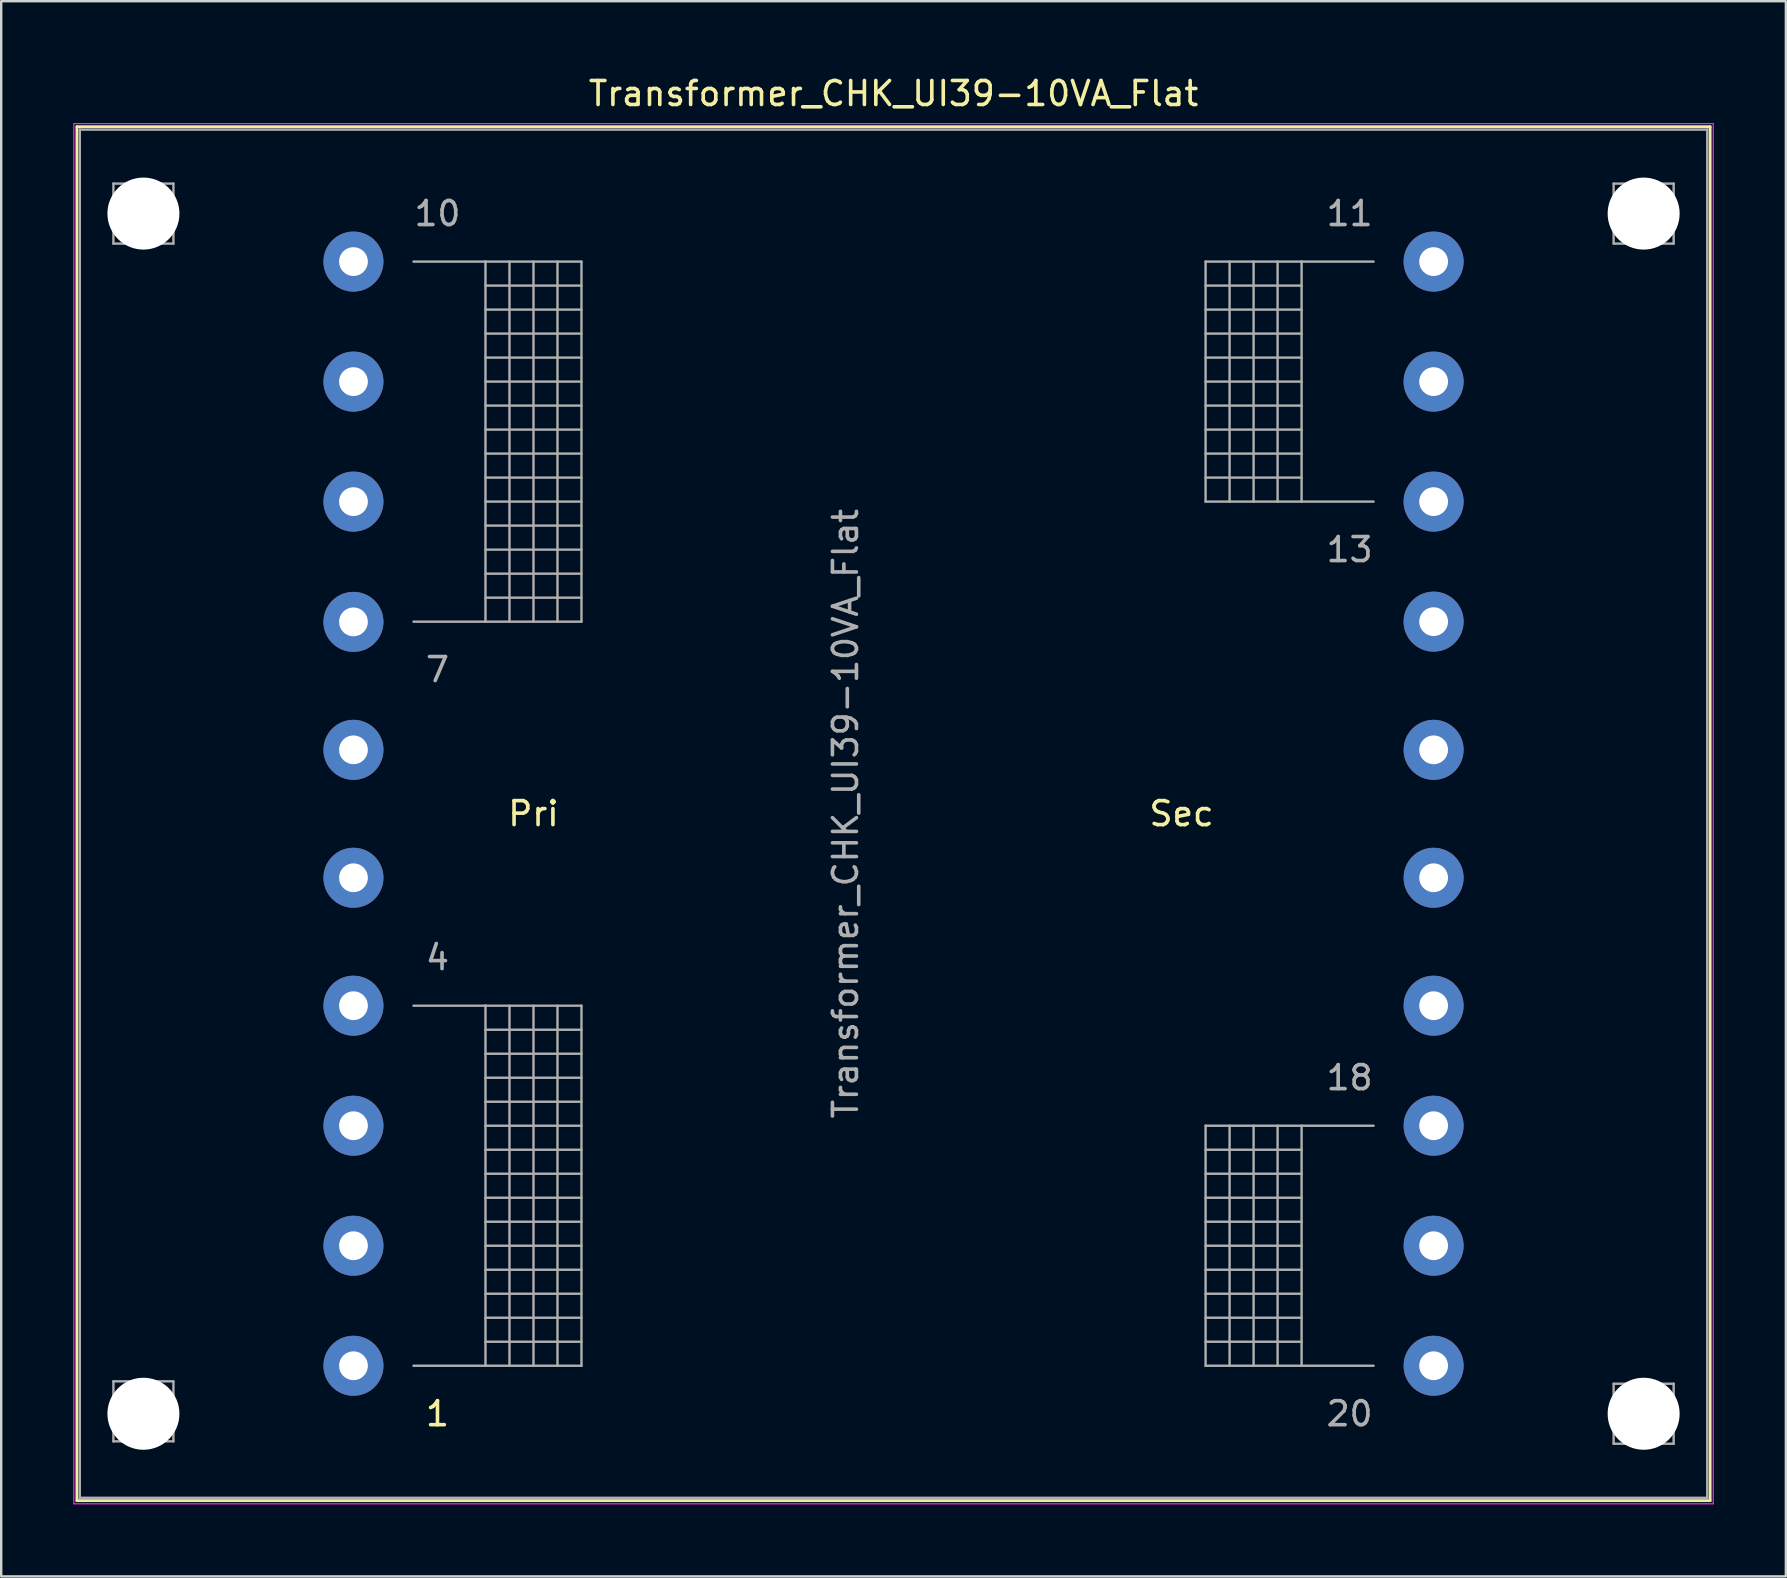
<source format=kicad_pcb>
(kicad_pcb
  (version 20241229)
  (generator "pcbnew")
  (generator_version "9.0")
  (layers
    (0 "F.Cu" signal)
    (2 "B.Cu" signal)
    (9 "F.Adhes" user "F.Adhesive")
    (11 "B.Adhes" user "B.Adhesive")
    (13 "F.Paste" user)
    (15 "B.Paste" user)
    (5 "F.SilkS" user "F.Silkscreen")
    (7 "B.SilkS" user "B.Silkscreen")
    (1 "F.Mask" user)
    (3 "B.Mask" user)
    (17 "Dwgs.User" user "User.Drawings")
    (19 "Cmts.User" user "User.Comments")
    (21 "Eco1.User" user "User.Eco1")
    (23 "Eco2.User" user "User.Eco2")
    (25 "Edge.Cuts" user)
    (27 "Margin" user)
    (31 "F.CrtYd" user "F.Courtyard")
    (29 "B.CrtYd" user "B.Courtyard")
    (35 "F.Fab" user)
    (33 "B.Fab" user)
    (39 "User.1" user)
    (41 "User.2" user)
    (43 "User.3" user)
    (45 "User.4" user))
  (footprint "Transformer_CHK_UI39-10VA_Flat"
    (layer "F.Cu")
    (at 11.675 53.848)
    (property "Reference" "Transformer_CHK_UI39-10VA_Flat" (at 22.5 -53 0) (layer "F.SilkS") (effects (font (size 1 1) (thickness 0.15))))
    (attr through_hole)
    (fp_line (start -11.52 -51.62) (end -11.52 5.62) (stroke (width 0.12) (type solid)) (layer "F.SilkS"))
    (fp_line (start -11.52 -51.62) (end 56.52 -51.62) (stroke (width 0.12) (type solid)) (layer "F.SilkS"))
    (fp_line (start 56.52 5.62) (end -11.52 5.62) (stroke (width 0.12) (type solid)) (layer "F.SilkS"))
    (fp_line (start 56.52 5.62) (end 56.52 -51.62) (stroke (width 0.12) (type solid)) (layer "F.SilkS"))
    (fp_line (start -11.65 -51.75) (end -11.65 5.75) (stroke (width 0.05) (type solid)) (layer "F.CrtYd"))
    (fp_line (start -11.65 -51.75) (end 56.65 -51.75) (stroke (width 0.05) (type solid)) (layer "F.CrtYd"))
    (fp_line (start 56.65 5.75) (end -11.65 5.75) (stroke (width 0.05) (type solid)) (layer "F.CrtYd"))
    (fp_line (start 56.65 5.75) (end 56.65 -51.75) (stroke (width 0.05) (type solid)) (layer "F.CrtYd"))
    (fp_line (start -11.4 -51.5) (end -11.4 5.5) (stroke (width 0.1) (type solid)) (layer "F.Fab"))
    (fp_line (start -11.4 5.5) (end 56.4 5.5) (stroke (width 0.1) (type solid)) (layer "F.Fab"))
    (fp_line (start -10 -49.25) (end -10 -46.75) (stroke (width 0.1) (type solid)) (layer "F.Fab"))
    (fp_line (start -10 -46.75) (end -7.5 -46.75) (stroke (width 0.1) (type solid)) (layer "F.Fab"))
    (fp_line (start -10 0.65) (end -10 3.15) (stroke (width 0.1) (type solid)) (layer "F.Fab"))
    (fp_line (start -10 3.15) (end -7.5 3.15) (stroke (width 0.1) (type solid)) (layer "F.Fab"))
    (fp_line (start -8.75 -49.25) (end -10 -49.25) (stroke (width 0.1) (type solid)) (layer "F.Fab"))
    (fp_line (start -8.75 0.65) (end -10 0.65) (stroke (width 0.1) (type solid)) (layer "F.Fab"))
    (fp_line (start -7.5 -49.25) (end -8.75 -49.25) (stroke (width 0.1) (type solid)) (layer "F.Fab"))
    (fp_line (start -7.5 -46.75) (end -7.5 -49.25) (stroke (width 0.1) (type solid)) (layer "F.Fab"))
    (fp_line (start -7.5 0.65) (end -8.75 0.65) (stroke (width 0.1) (type solid)) (layer "F.Fab"))
    (fp_line (start -7.5 3.15) (end -7.5 0.65) (stroke (width 0.1) (type solid)) (layer "F.Fab"))
    (fp_line (start 2.5 -46) (end 5.5 -46) (stroke (width 0.1) (type solid)) (layer "F.Fab"))
    (fp_line (start 2.5 -15) (end 5.5 -15) (stroke (width 0.1) (type solid)) (layer "F.Fab"))
    (fp_line (start 5.5 -46) (end 5.5 -31) (stroke (width 0.1) (type solid)) (layer "F.Fab"))
    (fp_line (start 5.5 -46) (end 9.5 -46) (stroke (width 0.1) (type solid)) (layer "F.Fab"))
    (fp_line (start 5.5 -45) (end 9.5 -45) (stroke (width 0.1) (type solid)) (layer "F.Fab"))
    (fp_line (start 5.5 -44) (end 9.5 -44) (stroke (width 0.1) (type solid)) (layer "F.Fab"))
    (fp_line (start 5.5 -43) (end 9.5 -43) (stroke (width 0.1) (type solid)) (layer "F.Fab"))
    (fp_line (start 5.5 -42) (end 9.5 -42) (stroke (width 0.1) (type solid)) (layer "F.Fab"))
    (fp_line (start 5.5 -41) (end 9.5 -41) (stroke (width 0.1) (type solid)) (layer "F.Fab"))
    (fp_line (start 5.5 -40) (end 9.5 -40) (stroke (width 0.1) (type solid)) (layer "F.Fab"))
    (fp_line (start 5.5 -39) (end 9.5 -39) (stroke (width 0.1) (type solid)) (layer "F.Fab"))
    (fp_line (start 5.5 -38) (end 9.5 -38) (stroke (width 0.1) (type solid)) (layer "F.Fab"))
    (fp_line (start 5.5 -37) (end 9.5 -37) (stroke (width 0.1) (type solid)) (layer "F.Fab"))
    (fp_line (start 5.5 -36) (end 9.5 -36) (stroke (width 0.1) (type solid)) (layer "F.Fab"))
    (fp_line (start 5.5 -35) (end 9.5 -35) (stroke (width 0.1) (type solid)) (layer "F.Fab"))
    (fp_line (start 5.5 -34) (end 9.5 -34) (stroke (width 0.1) (type solid)) (layer "F.Fab"))
    (fp_line (start 5.5 -33) (end 9.5 -33) (stroke (width 0.1) (type solid)) (layer "F.Fab"))
    (fp_line (start 5.5 -32) (end 9.5 -32) (stroke (width 0.1) (type solid)) (layer "F.Fab"))
    (fp_line (start 5.5 -31) (end 2.5 -31) (stroke (width 0.1) (type solid)) (layer "F.Fab"))
    (fp_line (start 5.5 -15) (end 5.5 0) (stroke (width 0.1) (type solid)) (layer "F.Fab"))
    (fp_line (start 5.5 -15) (end 9.5 -15) (stroke (width 0.1) (type solid)) (layer "F.Fab"))
    (fp_line (start 5.5 -14) (end 9.5 -14) (stroke (width 0.1) (type solid)) (layer "F.Fab"))
    (fp_line (start 5.5 -13) (end 9.5 -13) (stroke (width 0.1) (type solid)) (layer "F.Fab"))
    (fp_line (start 5.5 -12) (end 9.5 -12) (stroke (width 0.1) (type solid)) (layer "F.Fab"))
    (fp_line (start 5.5 -11) (end 9.5 -11) (stroke (width 0.1) (type solid)) (layer "F.Fab"))
    (fp_line (start 5.5 -10) (end 9.5 -10) (stroke (width 0.1) (type solid)) (layer "F.Fab"))
    (fp_line (start 5.5 -9) (end 9.5 -9) (stroke (width 0.1) (type solid)) (layer "F.Fab"))
    (fp_line (start 5.5 -8) (end 9.5 -8) (stroke (width 0.1) (type solid)) (layer "F.Fab"))
    (fp_line (start 5.5 -7) (end 9.5 -7) (stroke (width 0.1) (type solid)) (layer "F.Fab"))
    (fp_line (start 5.5 -6) (end 9.5 -6) (stroke (width 0.1) (type solid)) (layer "F.Fab"))
    (fp_line (start 5.5 -5) (end 9.5 -5) (stroke (width 0.1) (type solid)) (layer "F.Fab"))
    (fp_line (start 5.5 -4) (end 9.5 -4) (stroke (width 0.1) (type solid)) (layer "F.Fab"))
    (fp_line (start 5.5 -3) (end 9.5 -3) (stroke (width 0.1) (type solid)) (layer "F.Fab"))
    (fp_line (start 5.5 -2) (end 9.5 -2) (stroke (width 0.1) (type solid)) (layer "F.Fab"))
    (fp_line (start 5.5 -1) (end 9.5 -1) (stroke (width 0.1) (type solid)) (layer "F.Fab"))
    (fp_line (start 5.5 0) (end 2.5 0) (stroke (width 0.1) (type solid)) (layer "F.Fab"))
    (fp_line (start 6.5 -46) (end 6.5 -31) (stroke (width 0.1) (type solid)) (layer "F.Fab"))
    (fp_line (start 6.5 -15) (end 6.5 0) (stroke (width 0.1) (type solid)) (layer "F.Fab"))
    (fp_line (start 7.5 -31) (end 7.5 -46) (stroke (width 0.1) (type solid)) (layer "F.Fab"))
    (fp_line (start 7.5 0) (end 7.5 -15) (stroke (width 0.1) (type solid)) (layer "F.Fab"))
    (fp_line (start 8.5 -46) (end 8.5 -31) (stroke (width 0.1) (type solid)) (layer "F.Fab"))
    (fp_line (start 8.5 -15) (end 8.5 0) (stroke (width 0.1) (type solid)) (layer "F.Fab"))
    (fp_line (start 9.5 -46) (end 9.5 -31) (stroke (width 0.1) (type solid)) (layer "F.Fab"))
    (fp_line (start 9.5 -31) (end 5.5 -31) (stroke (width 0.1) (type solid)) (layer "F.Fab"))
    (fp_line (start 9.5 -15) (end 9.5 0) (stroke (width 0.1) (type solid)) (layer "F.Fab"))
    (fp_line (start 9.5 0) (end 5.5 0) (stroke (width 0.1) (type solid)) (layer "F.Fab"))
    (fp_line (start 35.5 -46) (end 35.5 -36) (stroke (width 0.1) (type solid)) (layer "F.Fab"))
    (fp_line (start 35.5 -45) (end 39.5 -45) (stroke (width 0.1) (type solid)) (layer "F.Fab"))
    (fp_line (start 35.5 -44) (end 39.5 -44) (stroke (width 0.1) (type solid)) (layer "F.Fab"))
    (fp_line (start 35.5 -43) (end 39.5 -43) (stroke (width 0.1) (type solid)) (layer "F.Fab"))
    (fp_line (start 35.5 -42) (end 39.5 -42) (stroke (width 0.1) (type solid)) (layer "F.Fab"))
    (fp_line (start 35.5 -41) (end 39.5 -41) (stroke (width 0.1) (type solid)) (layer "F.Fab"))
    (fp_line (start 35.5 -40) (end 39.5 -40) (stroke (width 0.1) (type solid)) (layer "F.Fab"))
    (fp_line (start 35.5 -39) (end 39.5 -39) (stroke (width 0.1) (type solid)) (layer "F.Fab"))
    (fp_line (start 35.5 -38) (end 39.5 -38) (stroke (width 0.1) (type solid)) (layer "F.Fab"))
    (fp_line (start 35.5 -37) (end 39.5 -37) (stroke (width 0.1) (type solid)) (layer "F.Fab"))
    (fp_line (start 35.5 -36) (end 39.5 -36) (stroke (width 0.1) (type solid)) (layer "F.Fab"))
    (fp_line (start 35.5 -10) (end 35.5 0) (stroke (width 0.1) (type solid)) (layer "F.Fab"))
    (fp_line (start 35.5 -9) (end 39.5 -9) (stroke (width 0.1) (type solid)) (layer "F.Fab"))
    (fp_line (start 35.5 -8) (end 39.5 -8) (stroke (width 0.1) (type solid)) (layer "F.Fab"))
    (fp_line (start 35.5 -7) (end 39.5 -7) (stroke (width 0.1) (type solid)) (layer "F.Fab"))
    (fp_line (start 35.5 -6) (end 39.5 -6) (stroke (width 0.1) (type solid)) (layer "F.Fab"))
    (fp_line (start 35.5 -5) (end 39.5 -5) (stroke (width 0.1) (type solid)) (layer "F.Fab"))
    (fp_line (start 35.5 -4) (end 39.5 -4) (stroke (width 0.1) (type solid)) (layer "F.Fab"))
    (fp_line (start 35.5 -3) (end 39.5 -3) (stroke (width 0.1) (type solid)) (layer "F.Fab"))
    (fp_line (start 35.5 -2) (end 39.5 -2) (stroke (width 0.1) (type solid)) (layer "F.Fab"))
    (fp_line (start 35.5 -1) (end 39.5 -1) (stroke (width 0.1) (type solid)) (layer "F.Fab"))
    (fp_line (start 35.5 0) (end 39.5 0) (stroke (width 0.1) (type solid)) (layer "F.Fab"))
    (fp_line (start 36.5 -46) (end 36.5 -36) (stroke (width 0.1) (type solid)) (layer "F.Fab"))
    (fp_line (start 36.5 -10) (end 36.5 0) (stroke (width 0.1) (type solid)) (layer "F.Fab"))
    (fp_line (start 37.5 -36) (end 37.5 -46) (stroke (width 0.1) (type solid)) (layer "F.Fab"))
    (fp_line (start 37.5 0) (end 37.5 -10) (stroke (width 0.1) (type solid)) (layer "F.Fab"))
    (fp_line (start 38.5 -46) (end 38.5 -36) (stroke (width 0.1) (type solid)) (layer "F.Fab"))
    (fp_line (start 38.5 -10) (end 38.5 0) (stroke (width 0.1) (type solid)) (layer "F.Fab"))
    (fp_line (start 39.5 -46) (end 35.5 -46) (stroke (width 0.1) (type solid)) (layer "F.Fab"))
    (fp_line (start 39.5 -46) (end 39.5 -36) (stroke (width 0.1) (type solid)) (layer "F.Fab"))
    (fp_line (start 39.5 -36) (end 42.5 -36) (stroke (width 0.1) (type solid)) (layer "F.Fab"))
    (fp_line (start 39.5 -10) (end 35.5 -10) (stroke (width 0.1) (type solid)) (layer "F.Fab"))
    (fp_line (start 39.5 -10) (end 39.5 0) (stroke (width 0.1) (type solid)) (layer "F.Fab"))
    (fp_line (start 39.5 0) (end 42.5 0) (stroke (width 0.1) (type solid)) (layer "F.Fab"))
    (fp_line (start 42.5 -46) (end 39.5 -46) (stroke (width 0.1) (type solid)) (layer "F.Fab"))
    (fp_line (start 42.5 -10) (end 39.5 -10) (stroke (width 0.1) (type solid)) (layer "F.Fab"))
    (fp_line (start 52.5 -49.25) (end 52.5 -46.75) (stroke (width 0.1) (type solid)) (layer "F.Fab"))
    (fp_line (start 52.5 -46.75) (end 55 -46.75) (stroke (width 0.1) (type solid)) (layer "F.Fab"))
    (fp_line (start 52.5 0.75) (end 52.5 3.25) (stroke (width 0.1) (type solid)) (layer "F.Fab"))
    (fp_line (start 52.5 3.25) (end 55 3.25) (stroke (width 0.1) (type solid)) (layer "F.Fab"))
    (fp_line (start 53.75 -49.25) (end 52.5 -49.25) (stroke (width 0.1) (type solid)) (layer "F.Fab"))
    (fp_line (start 53.75 0.75) (end 52.5 0.75) (stroke (width 0.1) (type solid)) (layer "F.Fab"))
    (fp_line (start 55 -49.25) (end 53.75 -49.25) (stroke (width 0.1) (type solid)) (layer "F.Fab"))
    (fp_line (start 55 -46.75) (end 55 -49.25) (stroke (width 0.1) (type solid)) (layer "F.Fab"))
    (fp_line (start 55 0.75) (end 53.75 0.75) (stroke (width 0.1) (type solid)) (layer "F.Fab"))
    (fp_line (start 55 3.25) (end 55 0.75) (stroke (width 0.1) (type solid)) (layer "F.Fab"))
    (fp_line (start 56.4 -51.5) (end -11.4 -51.5) (stroke (width 0.1) (type solid)) (layer "F.Fab"))
    (fp_line (start 56.4 5.5) (end 56.4 -51.5) (stroke (width 0.1) (type solid)) (layer "F.Fab"))
    (fp_text user "Sec" (at 34.5 -23 0) (layer "F.SilkS") (effects (font (size 1 1) (thickness 0.15))))
    (fp_text user "Pri" (at 7.5 -23 0) (layer "F.SilkS") (effects (font (size 1 1) (thickness 0.15))))
    (fp_text user "1" (at 3.5 2 0) (layer "F.SilkS") (effects (font (size 1 1) (thickness 0.15))))
    (fp_text user "7" (at 3.5 -29 0) (layer "F.Fab") (effects (font (size 1 1) (thickness 0.15))))
    (fp_text user "11" (at 41.5 -48 0) (layer "F.Fab") (effects (font (size 1 1) (thickness 0.15))))
    (fp_text user "10" (at 3.5 -48 0) (layer "F.Fab") (effects (font (size 1 1) (thickness 0.15))))
    (fp_text user "18" (at 41.5 -12 0) (layer "F.Fab") (effects (font (size 1 1) (thickness 0.15))))
    (fp_text user "${REFERENCE}" (at 20.5 -23 90) (layer "F.Fab") (effects (font (size 1 1) (thickness 0.15))))
    (fp_text user "13" (at 41.5 -34 0) (layer "F.Fab") (effects (font (size 1 1) (thickness 0.15))))
    (fp_text user "4" (at 3.5 -17 0) (layer "F.Fab") (effects (font (size 1 1) (thickness 0.15))))
    (fp_text user "20" (at 41.5 2 0) (layer "F.Fab") (effects (font (size 1 1) (thickness 0.15))))
    (pad "" np_thru_hole circle (at -8.75 -48) (size 3 3) (drill 3) (layers "*.Cu" "*.Mask"))
    (pad "" np_thru_hole circle (at -8.75 2) (size 3 3) (drill 3) (layers "*.Cu" "*.Mask"))
    (pad "" np_thru_hole circle (at 53.75 -48) (size 3 3) (drill 3) (layers "*.Cu" "*.Mask"))
    (pad "" np_thru_hole circle (at 53.75 2) (size 3 3) (drill 3) (layers "*.Cu" "*.Mask"))
    (pad "1" thru_hole circle (at 0 0) (size 2.5 2.5) (drill 1.2) (layers "*.Cu" "*.Mask"))
    (pad "2" thru_hole circle (at 0 -5) (size 2.5 2.5) (drill 1.2) (layers "*.Cu" "*.Mask"))
    (pad "3" thru_hole circle (at 0 -10) (size 2.5 2.5) (drill 1.2) (layers "*.Cu" "*.Mask"))
    (pad "4" thru_hole circle (at 0 -15) (size 2.5 2.5) (drill 1.2) (layers "*.Cu" "*.Mask"))
    (pad "5" thru_hole circle (at 0 -20.33) (size 2.5 2.5) (drill 1.2) (layers "*.Cu" "*.Mask"))
    (pad "6" thru_hole circle (at 0 -25.66) (size 2.5 2.5) (drill 1.2) (layers "*.Cu" "*.Mask"))
    (pad "7" thru_hole circle (at 0 -30.99) (size 2.5 2.5) (drill 1.2) (layers "*.Cu" "*.Mask"))
    (pad "8" thru_hole circle (at 0 -36) (size 2.5 2.5) (drill 1.2) (layers "*.Cu" "*.Mask"))
    (pad "9" thru_hole circle (at 0 -41) (size 2.5 2.5) (drill 1.2) (layers "*.Cu" "*.Mask"))
    (pad "10" thru_hole circle (at 0 -46) (size 2.5 2.5) (drill 1.2) (layers "*.Cu" "*.Mask"))
    (pad "11" thru_hole circle (at 45 -46) (size 2.5 2.5) (drill 1.2) (layers "*.Cu" "*.Mask"))
    (pad "12" thru_hole circle (at 45 -41) (size 2.5 2.5) (drill 1.2) (layers "*.Cu" "*.Mask"))
    (pad "13" thru_hole circle (at 45 -36) (size 2.5 2.5) (drill 1.2) (layers "*.Cu" "*.Mask"))
    (pad "14" thru_hole circle (at 45 -31) (size 2.5 2.5) (drill 1.2) (layers "*.Cu" "*.Mask"))
    (pad "15" thru_hole circle (at 45 -25.66) (size 2.5 2.5) (drill 1.2) (layers "*.Cu" "*.Mask"))
    (pad "16" thru_hole circle (at 45 -20.33) (size 2.5 2.5) (drill 1.2) (layers "*.Cu" "*.Mask"))
    (pad "17" thru_hole circle (at 45 -15) (size 2.5 2.5) (drill 1.2) (layers "*.Cu" "*.Mask"))
    (pad "18" thru_hole circle (at 45 -10) (size 2.5 2.5) (drill 1.2) (layers "*.Cu" "*.Mask"))
    (pad "19" thru_hole circle (at 45 -5) (size 2.5 2.5) (drill 1.2) (layers "*.Cu" "*.Mask"))
    (pad "20" thru_hole circle (at 45 0) (size 2.5 2.5) (drill 1.2) (layers "*.Cu" "*.Mask")))
  (gr_rect
    (start -3 -3)
    (end 71.35 62.623)
    (stroke (width 0.1) (type default))
    (fill no)
    (layer "Edge.Cuts")))
</source>
